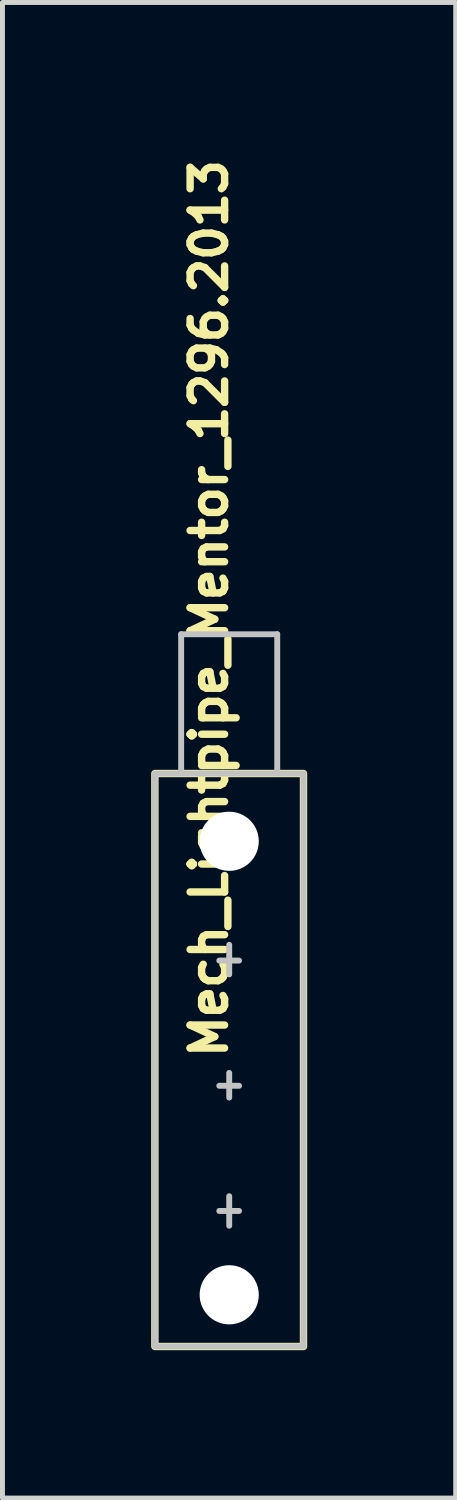
<source format=kicad_pcb>
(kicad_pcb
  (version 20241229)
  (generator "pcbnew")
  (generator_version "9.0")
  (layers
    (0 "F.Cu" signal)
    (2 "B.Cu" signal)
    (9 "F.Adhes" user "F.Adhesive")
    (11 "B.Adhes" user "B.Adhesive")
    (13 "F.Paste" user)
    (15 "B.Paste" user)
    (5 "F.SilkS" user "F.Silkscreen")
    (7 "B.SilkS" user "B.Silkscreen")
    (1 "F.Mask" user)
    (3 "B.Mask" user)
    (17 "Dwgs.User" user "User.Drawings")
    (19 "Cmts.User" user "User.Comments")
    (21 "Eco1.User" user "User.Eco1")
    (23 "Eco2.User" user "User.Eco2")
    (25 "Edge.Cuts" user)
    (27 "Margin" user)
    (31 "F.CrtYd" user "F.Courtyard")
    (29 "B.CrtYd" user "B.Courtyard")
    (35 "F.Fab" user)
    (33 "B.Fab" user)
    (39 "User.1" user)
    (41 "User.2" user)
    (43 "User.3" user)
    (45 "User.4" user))
  (footprint "Mech_Lightpipe_Mentor_1296.2013"
    (layer "F.Cu")
    (at 1.6 18.977)
    (property "Reference" "Mech_Lightpipe_Mentor_1296.2013" (at 0 -0.5 90) (unlocked yes) (layer "F.SilkS") (effects (font (size 0.7 0.7) (thickness 0.15)) (justify left bottom)))
    (attr exclude_from_pos_files)
    (fp_rect (start -1.508 -6.335) (end 1.507 5.289) (stroke (width 0.15) (type solid)) (fill no) (layer "F.SilkS"))
    (fp_line (start -0.975 -9.16) (end -0.975 -6.361) (stroke (width 0.12) (type solid)) (layer "Dwgs.User"))
    (fp_line (start -0.975 -9.16) (end 0.974 -9.16) (stroke (width 0.12) (type solid)) (layer "Dwgs.User"))
    (fp_line (start 0 -2.86) (end 0 -2.26) (stroke (width 0.12) (type solid)) (layer "Dwgs.User"))
    (fp_line (start 0 -0.261) (end 0 0.239) (stroke (width 0.12) (type solid)) (layer "Dwgs.User"))
    (fp_line (start 0 2.24) (end 0 2.839) (stroke (width 0.12) (type solid)) (layer "Dwgs.User"))
    (fp_line (start 0.2 -2.54) (end -0.201 -2.54) (stroke (width 0.12) (type solid)) (layer "Dwgs.User"))
    (fp_line (start 0.2 0) (end -0.201 0) (stroke (width 0.12) (type solid)) (layer "Dwgs.User"))
    (fp_line (start 0.2 2.539) (end -0.201 2.539) (stroke (width 0.12) (type solid)) (layer "Dwgs.User"))
    (fp_line (start 0.974 -9.16) (end 0.974 -6.361) (stroke (width 0.12) (type solid)) (layer "Dwgs.User"))
    (fp_rect (start -1.508 -6.335) (end 1.507 5.289) (stroke (width 0.12) (type solid)) (fill no) (layer "Dwgs.User"))
    (fp_line (start -1.595 -3.765) (end -0.966 -3.765) (stroke (width 0.01) (type solid)) (layer "User.9"))
    (fp_line (start -1.595 5.349) (end -1.595 -3.765) (stroke (width 0.01) (type solid)) (layer "User.9"))
    (fp_line (start -1.595 5.349) (end 1.59 5.349) (stroke (width 0.01) (type solid)) (layer "User.9"))
    (fp_line (start -1.57 -5.851) (end -1.57 -3.781) (stroke (width 0.01) (type solid)) (layer "User.9"))
    (fp_line (start -1.57 -5.851) (end -0.9 -5.851) (stroke (width 0.01) (type solid)) (layer "User.9"))
    (fp_line (start -1.57 -3.781) (end -1.595 -3.765) (stroke (width 0.01) (type solid)) (layer "User.9"))
    (fp_line (start -1.57 -3.781) (end -0.95 -3.781) (stroke (width 0.01) (type solid)) (layer "User.9"))
    (fp_line (start -0.966 -3.765) (end -0.966 4.645) (stroke (width 0.01) (type solid)) (layer "User.9"))
    (fp_line (start -0.966 -3.765) (end -0.95 -3.781) (stroke (width 0.01) (type solid)) (layer "User.9"))
    (fp_line (start -0.966 4.651) (end -0.966 4.645) (stroke (width 0.01) (type solid)) (layer "User.9"))
    (fp_line (start -0.965 4.657) (end -0.966 4.651) (stroke (width 0.01) (type solid)) (layer "User.9"))
    (fp_line (start -0.965 4.663) (end -0.965 4.657) (stroke (width 0.01) (type solid)) (layer "User.9"))
    (fp_line (start -0.964 4.669) (end -0.965 4.663) (stroke (width 0.01) (type solid)) (layer "User.9"))
    (fp_line (start -0.962 4.674) (end -0.964 4.669) (stroke (width 0.01) (type solid)) (layer "User.9"))
    (fp_line (start -0.961 4.68) (end -0.962 4.674) (stroke (width 0.01) (type solid)) (layer "User.9"))
    (fp_line (start -0.959 4.686) (end -0.961 4.68) (stroke (width 0.01) (type solid)) (layer "User.9"))
    (fp_line (start -0.958 4.644) (end -0.958 4.638) (stroke (width 0.01) (type solid)) (layer "User.9"))
    (fp_line (start -0.958 4.646) (end -0.958 4.646) (stroke (width 0.01) (type solid)) (layer "User.9"))
    (fp_line (start -0.958 4.647) (end -0.958 4.646) (stroke (width 0.01) (type solid)) (layer "User.9"))
    (fp_line (start -0.958 4.646) (end -0.958 4.646) (stroke (width 0.01) (type solid)) (layer "User.9"))
    (fp_line (start -0.958 4.646) (end -0.958 4.648) (stroke (width 0.01) (type solid)) (layer "User.9"))
    (fp_line (start -0.958 4.649) (end -0.958 4.647) (stroke (width 0.01) (type solid)) (layer "User.9"))
    (fp_line (start -0.958 4.65) (end -0.958 4.644) (stroke (width 0.01) (type solid)) (layer "User.9"))
    (fp_line (start -0.957 4.651) (end -0.958 4.649) (stroke (width 0.01) (type solid)) (layer "User.9"))
    (fp_line (start -0.957 4.656) (end -0.958 4.65) (stroke (width 0.01) (type solid)) (layer "User.9"))
    (fp_line (start -0.957 4.691) (end -0.959 4.686) (stroke (width 0.01) (type solid)) (layer "User.9"))
    (fp_line (start -0.956 4.659) (end -0.957 4.651) (stroke (width 0.01) (type solid)) (layer "User.9"))
    (fp_line (start -0.956 4.662) (end -0.957 4.656) (stroke (width 0.01) (type solid)) (layer "User.9"))
    (fp_line (start -0.955 4.668) (end -0.956 4.662) (stroke (width 0.01) (type solid)) (layer "User.9"))
    (fp_line (start -0.954 4.696) (end -0.957 4.691) (stroke (width 0.01) (type solid)) (layer "User.9"))
    (fp_line (start -0.954 4.669) (end -0.956 4.659) (stroke (width 0.01) (type solid)) (layer "User.9"))
    (fp_line (start -0.954 4.669) (end -0.954 4.669) (stroke (width 0.01) (type solid)) (layer "User.9"))
    (fp_line (start -0.953 4.673) (end -0.955 4.668) (stroke (width 0.01) (type solid)) (layer "User.9"))
    (fp_line (start -0.951 4.702) (end -0.954 4.696) (stroke (width 0.01) (type solid)) (layer "User.9"))
    (fp_line (start -0.951 4.679) (end -0.953 4.673) (stroke (width 0.01) (type solid)) (layer "User.9"))
    (fp_line (start -0.95 -3.331) (end -0.95 -3.781) (stroke (width 0.01) (type solid)) (layer "User.9"))
    (fp_line (start -0.95 -3.131) (end -0.95 -3.331) (stroke (width 0.01) (type solid)) (layer "User.9"))
    (fp_line (start -0.95 -1.631) (end -0.95 -1.831) (stroke (width 0.01) (type solid)) (layer "User.9"))
    (fp_line (start -0.95 -0.831) (end -0.95 -1.631) (stroke (width 0.01) (type solid)) (layer "User.9"))
    (fp_line (start -0.95 -0.631) (end -0.95 -0.831) (stroke (width 0.01) (type solid)) (layer "User.9"))
    (fp_line (start -0.95 0.909) (end -0.95 0.709) (stroke (width 0.01) (type solid)) (layer "User.9"))
    (fp_line (start -0.95 1.709) (end -0.95 0.909) (stroke (width 0.01) (type solid)) (layer "User.9"))
    (fp_line (start -0.95 1.909) (end -0.95 1.709) (stroke (width 0.01) (type solid)) (layer "User.9"))
    (fp_line (start -0.95 -1.831) (end -0.95 -3.131) (stroke (width 0.01) (type solid)) (layer "User.9"))
    (fp_line (start -0.95 -1.831) (end -0.95 -1.821) (stroke (width 0.01) (type solid)) (layer "User.9"))
    (fp_line (start -0.95 0.709) (end -0.95 -0.631) (stroke (width 0.01) (type solid)) (layer "User.9"))
    (fp_line (start -0.95 0.709) (end -0.95 0.719) (stroke (width 0.01) (type solid)) (layer "User.9"))
    (fp_line (start -0.95 1.909) (end -0.95 4.681) (stroke (width 0.01) (type solid)) (layer "User.9"))
    (fp_line (start -0.95 1.909) (end -0.95 1.9) (stroke (width 0.01) (type solid)) (layer "User.9"))
    (fp_line (start -0.95 -3.14) (end -0.95 -3.131) (stroke (width 0.01) (type solid)) (layer "User.9"))
    (fp_line (start -0.95 -0.64) (end -0.95 -0.631) (stroke (width 0.01) (type solid)) (layer "User.9"))
    (fp_line (start -0.95 -1.821) (end -0.949 -1.812) (stroke (width 0.01) (type solid)) (layer "User.9"))
    (fp_line (start -0.95 0.719) (end -0.949 0.728) (stroke (width 0.01) (type solid)) (layer "User.9"))
    (fp_line (start -0.95 1.9) (end -0.949 1.891) (stroke (width 0.01) (type solid)) (layer "User.9"))
    (fp_line (start -0.949 -3.149) (end -0.95 -3.14) (stroke (width 0.01) (type solid)) (layer "User.9"))
    (fp_line (start -0.949 -0.649) (end -0.95 -0.64) (stroke (width 0.01) (type solid)) (layer "User.9"))
    (fp_line (start -0.949 -1.812) (end -0.948 -1.803) (stroke (width 0.01) (type solid)) (layer "User.9"))
    (fp_line (start -0.949 0.728) (end -0.948 0.737) (stroke (width 0.01) (type solid)) (layer "User.9"))
    (fp_line (start -0.949 1.891) (end -0.948 1.882) (stroke (width 0.01) (type solid)) (layer "User.9"))
    (fp_line (start -0.949 4.684) (end -0.951 4.679) (stroke (width 0.01) (type solid)) (layer "User.9"))
    (fp_line (start -0.949 4.707) (end -0.951 4.702) (stroke (width 0.01) (type solid)) (layer "User.9"))
    (fp_line (start -0.948 -3.158) (end -0.949 -3.149) (stroke (width 0.01) (type solid)) (layer "User.9"))
    (fp_line (start -0.948 -0.658) (end -0.949 -0.649) (stroke (width 0.01) (type solid)) (layer "User.9"))
    (fp_line (start -0.948 -1.803) (end -0.946 -1.794) (stroke (width 0.01) (type solid)) (layer "User.9"))
    (fp_line (start -0.948 0.737) (end -0.946 0.746) (stroke (width 0.01) (type solid)) (layer "User.9"))
    (fp_line (start -0.948 1.882) (end -0.946 1.873) (stroke (width 0.01) (type solid)) (layer "User.9"))
    (fp_line (start -0.947 -3.167) (end -0.948 -3.158) (stroke (width 0.01) (type solid)) (layer "User.9"))
    (fp_line (start -0.947 -0.667) (end -0.948 -0.658) (stroke (width 0.01) (type solid)) (layer "User.9"))
    (fp_line (start -0.946 -1.794) (end -0.945 -1.785) (stroke (width 0.01) (type solid)) (layer "User.9"))
    (fp_line (start -0.946 0.746) (end -0.945 0.755) (stroke (width 0.01) (type solid)) (layer "User.9"))
    (fp_line (start -0.946 1.873) (end -0.945 1.864) (stroke (width 0.01) (type solid)) (layer "User.9"))
    (fp_line (start -0.946 4.69) (end -0.949 4.684) (stroke (width 0.01) (type solid)) (layer "User.9"))
    (fp_line (start -0.946 4.691) (end -0.954 4.669) (stroke (width 0.01) (type solid)) (layer "User.9"))
    (fp_line (start -0.946 4.691) (end -0.946 4.691) (stroke (width 0.01) (type solid)) (layer "User.9"))
    (fp_line (start -0.945 4.712) (end -0.949 4.707) (stroke (width 0.01) (type solid)) (layer "User.9"))
    (fp_line (start -0.945 -3.176) (end -0.947 -3.167) (stroke (width 0.01) (type solid)) (layer "User.9"))
    (fp_line (start -0.945 -0.676) (end -0.947 -0.667) (stroke (width 0.01) (type solid)) (layer "User.9"))
    (fp_line (start -0.945 -1.785) (end -0.942 -1.777) (stroke (width 0.01) (type solid)) (layer "User.9"))
    (fp_line (start -0.945 0.755) (end -0.942 0.763) (stroke (width 0.01) (type solid)) (layer "User.9"))
    (fp_line (start -0.945 1.864) (end -0.942 1.855) (stroke (width 0.01) (type solid)) (layer "User.9"))
    (fp_line (start -0.944 4.694) (end -0.946 4.691) (stroke (width 0.01) (type solid)) (layer "User.9"))
    (fp_line (start -0.944 4.695) (end -0.946 4.69) (stroke (width 0.01) (type solid)) (layer "User.9"))
    (fp_line (start -0.943 4.697) (end -0.944 4.694) (stroke (width 0.01) (type solid)) (layer "User.9"))
    (fp_line (start -0.943 -3.185) (end -0.945 -3.176) (stroke (width 0.01) (type solid)) (layer "User.9"))
    (fp_line (start -0.943 -0.685) (end -0.945 -0.676) (stroke (width 0.01) (type solid)) (layer "User.9"))
    (fp_line (start -0.942 -1.777) (end -0.94 -1.768) (stroke (width 0.01) (type solid)) (layer "User.9"))
    (fp_line (start -0.942 0.763) (end -0.94 0.772) (stroke (width 0.01) (type solid)) (layer "User.9"))
    (fp_line (start -0.942 1.855) (end -0.94 1.847) (stroke (width 0.01) (type solid)) (layer "User.9"))
    (fp_line (start -0.942 4.716) (end -0.945 4.712) (stroke (width 0.01) (type solid)) (layer "User.9"))
    (fp_line (start -0.941 4.7) (end -0.943 4.697) (stroke (width 0.01) (type solid)) (layer "User.9"))
    (fp_line (start -0.941 4.7) (end -0.944 4.695) (stroke (width 0.01) (type solid)) (layer "User.9"))
    (fp_line (start -0.94 -3.193) (end -0.943 -3.185) (stroke (width 0.01) (type solid)) (layer "User.9"))
    (fp_line (start -0.94 -0.693) (end -0.943 -0.685) (stroke (width 0.01) (type solid)) (layer "User.9"))
    (fp_line (start -0.94 -1.768) (end -0.937 -1.76) (stroke (width 0.01) (type solid)) (layer "User.9"))
    (fp_line (start -0.94 0.772) (end -0.937 0.78) (stroke (width 0.01) (type solid)) (layer "User.9"))
    (fp_line (start -0.94 1.847) (end -0.937 1.839) (stroke (width 0.01) (type solid)) (layer "User.9"))
    (fp_line (start -0.939 4.702) (end -0.941 4.7) (stroke (width 0.01) (type solid)) (layer "User.9"))
    (fp_line (start -0.938 4.721) (end -0.942 4.716) (stroke (width 0.01) (type solid)) (layer "User.9"))
    (fp_line (start -0.938 4.705) (end -0.941 4.7) (stroke (width 0.01) (type solid)) (layer "User.9"))
    (fp_line (start -0.938 4.705) (end -0.939 4.702) (stroke (width 0.01) (type solid)) (layer "User.9"))
    (fp_line (start -0.937 -3.201) (end -0.94 -3.193) (stroke (width 0.01) (type solid)) (layer "User.9"))
    (fp_line (start -0.937 -0.701) (end -0.94 -0.693) (stroke (width 0.01) (type solid)) (layer "User.9"))
    (fp_line (start -0.937 -1.76) (end -0.934 -1.752) (stroke (width 0.01) (type solid)) (layer "User.9"))
    (fp_line (start -0.937 0.78) (end -0.934 0.788) (stroke (width 0.01) (type solid)) (layer "User.9"))
    (fp_line (start -0.937 1.839) (end -0.934 1.83) (stroke (width 0.01) (type solid)) (layer "User.9"))
    (fp_line (start -0.936 4.708) (end -0.938 4.705) (stroke (width 0.01) (type solid)) (layer "User.9"))
    (fp_line (start -0.934 4.709) (end -0.938 4.705) (stroke (width 0.01) (type solid)) (layer "User.9"))
    (fp_line (start -0.934 4.725) (end -0.938 4.721) (stroke (width 0.01) (type solid)) (layer "User.9"))
    (fp_line (start -0.934 4.71) (end -0.936 4.708) (stroke (width 0.01) (type solid)) (layer "User.9"))
    (fp_line (start -0.934 -3.21) (end -0.937 -3.201) (stroke (width 0.01) (type solid)) (layer "User.9"))
    (fp_line (start -0.934 -0.71) (end -0.937 -0.701) (stroke (width 0.01) (type solid)) (layer "User.9"))
    (fp_line (start -0.934 -1.752) (end -0.93 -1.744) (stroke (width 0.01) (type solid)) (layer "User.9"))
    (fp_line (start -0.934 0.788) (end -0.93 0.796) (stroke (width 0.01) (type solid)) (layer "User.9"))
    (fp_line (start -0.934 1.83) (end -0.93 1.822) (stroke (width 0.01) (type solid)) (layer "User.9"))
    (fp_line (start -0.932 4.713) (end -0.934 4.71) (stroke (width 0.01) (type solid)) (layer "User.9"))
    (fp_line (start -0.931 4.714) (end -0.934 4.709) (stroke (width 0.01) (type solid)) (layer "User.9"))
    (fp_line (start -0.93 4.73) (end -0.934 4.725) (stroke (width 0.01) (type solid)) (layer "User.9"))
    (fp_line (start -0.93 -3.218) (end -0.934 -3.21) (stroke (width 0.01) (type solid)) (layer "User.9"))
    (fp_line (start -0.93 -0.718) (end -0.934 -0.71) (stroke (width 0.01) (type solid)) (layer "User.9"))
    (fp_line (start -0.93 -1.744) (end -0.926 -1.736) (stroke (width 0.01) (type solid)) (layer "User.9"))
    (fp_line (start -0.93 0.796) (end -0.926 0.804) (stroke (width 0.01) (type solid)) (layer "User.9"))
    (fp_line (start -0.93 1.822) (end -0.926 1.814) (stroke (width 0.01) (type solid)) (layer "User.9"))
    (fp_line (start -0.93 4.715) (end -0.932 4.713) (stroke (width 0.01) (type solid)) (layer "User.9"))
    (fp_line (start -0.928 4.717) (end -0.93 4.715) (stroke (width 0.01) (type solid)) (layer "User.9"))
    (fp_line (start -0.927 4.718) (end -0.931 4.714) (stroke (width 0.01) (type solid)) (layer "User.9"))
    (fp_line (start -0.926 4.734) (end -0.93 4.73) (stroke (width 0.01) (type solid)) (layer "User.9"))
    (fp_line (start -0.926 -3.226) (end -0.93 -3.218) (stroke (width 0.01) (type solid)) (layer "User.9"))
    (fp_line (start -0.926 -0.726) (end -0.93 -0.718) (stroke (width 0.01) (type solid)) (layer "User.9"))
    (fp_line (start -0.926 -1.736) (end -0.921 -1.728) (stroke (width 0.01) (type solid)) (layer "User.9"))
    (fp_line (start -0.926 0.804) (end -0.921 0.812) (stroke (width 0.01) (type solid)) (layer "User.9"))
    (fp_line (start -0.926 1.814) (end -0.921 1.807) (stroke (width 0.01) (type solid)) (layer "User.9"))
    (fp_line (start -0.926 4.72) (end -0.928 4.717) (stroke (width 0.01) (type solid)) (layer "User.9"))
    (fp_line (start -0.923 4.722) (end -0.926 4.72) (stroke (width 0.01) (type solid)) (layer "User.9"))
    (fp_line (start -0.923 4.722) (end -0.927 4.718) (stroke (width 0.01) (type solid)) (layer "User.9"))
    (fp_line (start -0.922 4.738) (end -0.926 4.734) (stroke (width 0.01) (type solid)) (layer "User.9"))
    (fp_line (start -0.922 -3.233) (end -0.926 -3.226) (stroke (width 0.01) (type solid)) (layer "User.9"))
    (fp_line (start -0.922 -0.733) (end -0.926 -0.726) (stroke (width 0.01) (type solid)) (layer "User.9"))
    (fp_line (start -0.921 -1.728) (end -0.917 -1.72) (stroke (width 0.01) (type solid)) (layer "User.9"))
    (fp_line (start -0.921 0.812) (end -0.917 0.82) (stroke (width 0.01) (type solid)) (layer "User.9"))
    (fp_line (start -0.921 1.807) (end -0.917 1.799) (stroke (width 0.01) (type solid)) (layer "User.9"))
    (fp_line (start -0.921 4.724) (end -0.923 4.722) (stroke (width 0.01) (type solid)) (layer "User.9"))
    (fp_line (start -0.919 4.726) (end -0.923 4.722) (stroke (width 0.01) (type solid)) (layer "User.9"))
    (fp_line (start -0.919 4.726) (end -0.921 4.724) (stroke (width 0.01) (type solid)) (layer "User.9"))
    (fp_line (start -0.917 4.741) (end -0.922 4.738) (stroke (width 0.01) (type solid)) (layer "User.9"))
    (fp_line (start -0.917 -3.241) (end -0.922 -3.233) (stroke (width 0.01) (type solid)) (layer "User.9"))
    (fp_line (start -0.917 -0.741) (end -0.922 -0.733) (stroke (width 0.01) (type solid)) (layer "User.9"))
    (fp_line (start -0.917 -1.72) (end -0.911 -1.713) (stroke (width 0.01) (type solid)) (layer "User.9"))
    (fp_line (start -0.917 0.82) (end -0.911 0.827) (stroke (width 0.01) (type solid)) (layer "User.9"))
    (fp_line (start -0.917 1.799) (end -0.911 1.792) (stroke (width 0.01) (type solid)) (layer "User.9"))
    (fp_line (start -0.916 4.729) (end -0.919 4.726) (stroke (width 0.01) (type solid)) (layer "User.9"))
    (fp_line (start -0.915 4.73) (end -0.919 4.726) (stroke (width 0.01) (type solid)) (layer "User.9"))
    (fp_line (start -0.914 4.731) (end -0.916 4.729) (stroke (width 0.01) (type solid)) (layer "User.9"))
    (fp_line (start -0.914 4.731) (end -0.914 4.731) (stroke (width 0.01) (type solid)) (layer "User.9"))
    (fp_line (start -0.912 4.745) (end -0.917 4.741) (stroke (width 0.01) (type solid)) (layer "User.9"))
    (fp_line (start -0.912 -3.248) (end -0.917 -3.241) (stroke (width 0.01) (type solid)) (layer "User.9"))
    (fp_line (start -0.912 -0.748) (end -0.917 -0.741) (stroke (width 0.01) (type solid)) (layer "User.9"))
    (fp_line (start -0.911 -1.713) (end -0.906 -1.706) (stroke (width 0.01) (type solid)) (layer "User.9"))
    (fp_line (start -0.911 0.827) (end -0.906 0.834) (stroke (width 0.01) (type solid)) (layer "User.9"))
    (fp_line (start -0.911 1.792) (end -0.906 1.784) (stroke (width 0.01) (type solid)) (layer "User.9"))
    (fp_line (start -0.91 4.734) (end -0.915 4.73) (stroke (width 0.01) (type solid)) (layer "User.9"))
    (fp_line (start -0.91 4.734) (end -0.914 4.731) (stroke (width 0.01) (type solid)) (layer "User.9"))
    (fp_line (start -0.907 4.748) (end -0.912 4.745) (stroke (width 0.01) (type solid)) (layer "User.9"))
    (fp_line (start -0.906 -3.256) (end -0.912 -3.248) (stroke (width 0.01) (type solid)) (layer "User.9"))
    (fp_line (start -0.906 -0.756) (end -0.912 -0.748) (stroke (width 0.01) (type solid)) (layer "User.9"))
    (fp_line (start -0.906 -1.706) (end -0.9 -1.698) (stroke (width 0.01) (type solid)) (layer "User.9"))
    (fp_line (start -0.906 0.834) (end -0.9 0.842) (stroke (width 0.01) (type solid)) (layer "User.9"))
    (fp_line (start -0.906 1.784) (end -0.9 1.777) (stroke (width 0.01) (type solid)) (layer "User.9"))
    (fp_line (start -0.906 4.737) (end -0.91 4.734) (stroke (width 0.01) (type solid)) (layer "User.9"))
    (fp_line (start -0.905 4.737) (end -0.91 4.734) (stroke (width 0.01) (type solid)) (layer "User.9"))
    (fp_line (start -0.902 4.751) (end -0.907 4.748) (stroke (width 0.01) (type solid)) (layer "User.9"))
    (fp_line (start -0.901 4.74) (end -0.906 4.737) (stroke (width 0.01) (type solid)) (layer "User.9"))
    (fp_line (start -0.901 4.74) (end -0.905 4.737) (stroke (width 0.01) (type solid)) (layer "User.9"))
    (fp_line (start -0.9 -6.305) (end -0.9 -8.705) (stroke (width 0.01) (type solid)) (layer "User.9"))
    (fp_line (start -0.9 -3.263) (end -0.906 -3.256) (stroke (width 0.01) (type solid)) (layer "User.9"))
    (fp_line (start -0.9 -0.763) (end -0.906 -0.756) (stroke (width 0.01) (type solid)) (layer "User.9"))
    (fp_line (start -0.9 -0.425) (end -0.9 -6.305) (stroke (width 0.01) (type solid)) (layer "User.9"))
    (fp_line (start -0.9 -0.425) (end -0.9 0.023) (stroke (width 0.01) (type solid)) (layer "User.9"))
    (fp_line (start -0.9 0.023) (end -0.9 0.023) (stroke (width 0.01) (type solid)) (layer "User.9"))
    (fp_line (start -0.9 0.023) (end -0.9 0.465) (stroke (width 0.01) (type solid)) (layer "User.9"))
    (fp_line (start -0.9 0.465) (end -0.9 0.465) (stroke (width 0.01) (type solid)) (layer "User.9"))
    (fp_line (start -0.9 0.465) (end -0.9 0.896) (stroke (width 0.01) (type solid)) (layer "User.9"))
    (fp_line (start -0.9 0.896) (end -0.9 0.896) (stroke (width 0.01) (type solid)) (layer "User.9"))
    (fp_line (start -0.9 0.896) (end -0.9 1.311) (stroke (width 0.01) (type solid)) (layer "User.9"))
    (fp_line (start -0.9 1.311) (end -0.9 1.311) (stroke (width 0.01) (type solid)) (layer "User.9"))
    (fp_line (start -0.9 1.311) (end -0.9 1.703) (stroke (width 0.01) (type solid)) (layer "User.9"))
    (fp_line (start -0.9 1.703) (end -0.9 1.703) (stroke (width 0.01) (type solid)) (layer "User.9"))
    (fp_line (start -0.9 1.703) (end -0.9 2.069) (stroke (width 0.01) (type solid)) (layer "User.9"))
    (fp_line (start -0.9 2.069) (end -0.9 2.069) (stroke (width 0.01) (type solid)) (layer "User.9"))
    (fp_line (start -0.9 2.069) (end -0.9 2.403) (stroke (width 0.01) (type solid)) (layer "User.9"))
    (fp_line (start -0.9 2.403) (end -0.9 2.403) (stroke (width 0.01) (type solid)) (layer "User.9"))
    (fp_line (start -0.9 2.403) (end -0.9 2.702) (stroke (width 0.01) (type solid)) (layer "User.9"))
    (fp_line (start -0.9 2.702) (end -0.9 2.702) (stroke (width 0.01) (type solid)) (layer "User.9"))
    (fp_line (start -0.9 2.702) (end -0.9 2.962) (stroke (width 0.01) (type solid)) (layer "User.9"))
    (fp_line (start -0.9 2.962) (end -0.9 2.962) (stroke (width 0.01) (type solid)) (layer "User.9"))
    (fp_line (start -0.9 2.962) (end -0.9 3.179) (stroke (width 0.01) (type solid)) (layer "User.9"))
    (fp_line (start -0.9 3.179) (end -0.9 3.179) (stroke (width 0.01) (type solid)) (layer "User.9"))
    (fp_line (start -0.9 3.179) (end -0.9 3.351) (stroke (width 0.01) (type solid)) (layer "User.9"))
    (fp_line (start -0.9 3.351) (end -0.9 3.351) (stroke (width 0.01) (type solid)) (layer "User.9"))
    (fp_line (start -0.9 3.351) (end -0.9 3.475) (stroke (width 0.01) (type solid)) (layer "User.9"))
    (fp_line (start -0.9 3.475) (end -0.9 3.475) (stroke (width 0.01) (type solid)) (layer "User.9"))
    (fp_line (start -0.9 3.475) (end -0.9 3.55) (stroke (width 0.01) (type solid)) (layer "User.9"))
    (fp_line (start -0.9 3.55) (end -0.9 3.55) (stroke (width 0.01) (type solid)) (layer "User.9"))
    (fp_line (start -0.9 3.55) (end -0.9 3.575) (stroke (width 0.01) (type solid)) (layer "User.9"))
    (fp_line (start -0.9 3.695) (end -0.9 3.575) (stroke (width 0.01) (type solid)) (layer "User.9"))
    (fp_line (start -0.9 4.575) (end -0.9 3.695) (stroke (width 0.01) (type solid)) (layer "User.9"))
    (fp_line (start -0.9 4.575) (end -0.9 4.695) (stroke (width 0.01) (type solid)) (layer "User.9"))
    (fp_line (start -0.897 4.753) (end -0.902 4.751) (stroke (width 0.01) (type solid)) (layer "User.9"))
    (fp_line (start -0.897 4.742) (end -0.901 4.74) (stroke (width 0.01) (type solid)) (layer "User.9"))
    (fp_line (start -0.895 4.743) (end -0.901 4.74) (stroke (width 0.01) (type solid)) (layer "User.9"))
    (fp_line (start -0.892 4.745) (end -0.897 4.742) (stroke (width 0.01) (type solid)) (layer "User.9"))
    (fp_line (start -0.892 4.756) (end -0.897 4.753) (stroke (width 0.01) (type solid)) (layer "User.9"))
    (fp_line (start -0.89 4.746) (end -0.895 4.743) (stroke (width 0.01) (type solid)) (layer "User.9"))
    (fp_line (start -0.888 4.747) (end -0.892 4.745) (stroke (width 0.01) (type solid)) (layer "User.9"))
    (fp_line (start -0.886 4.758) (end -0.892 4.756) (stroke (width 0.01) (type solid)) (layer "User.9"))
    (fp_line (start -0.885 4.748) (end -0.89 4.746) (stroke (width 0.01) (type solid)) (layer "User.9"))
    (fp_line (start -0.883 4.749) (end -0.888 4.747) (stroke (width 0.01) (type solid)) (layer "User.9"))
    (fp_line (start -0.881 4.76) (end -0.886 4.758) (stroke (width 0.01) (type solid)) (layer "User.9"))
    (fp_line (start -0.88 4.75) (end -0.885 4.748) (stroke (width 0.01) (type solid)) (layer "User.9"))
    (fp_line (start -0.878 4.751) (end -0.883 4.749) (stroke (width 0.01) (type solid)) (layer "User.9"))
    (fp_line (start -0.876 -8.705) (end -0.9 -8.705) (stroke (width 0.01) (type solid)) (layer "User.9"))
    (fp_line (start -0.876 -8.705) (end -0.876 -8.705) (stroke (width 0.01) (type solid)) (layer "User.9"))
    (fp_line (start -0.875 4.762) (end -0.881 4.76) (stroke (width 0.01) (type solid)) (layer "User.9"))
    (fp_line (start -0.874 4.752) (end -0.88 4.75) (stroke (width 0.01) (type solid)) (layer "User.9"))
    (fp_line (start -0.874 4.752) (end -0.878 4.751) (stroke (width 0.01) (type solid)) (layer "User.9"))
    (fp_line (start -0.869 4.763) (end -0.875 4.762) (stroke (width 0.01) (type solid)) (layer "User.9"))
    (fp_line (start -0.869 4.754) (end -0.874 4.752) (stroke (width 0.01) (type solid)) (layer "User.9"))
    (fp_line (start -0.868 4.754) (end -0.874 4.752) (stroke (width 0.01) (type solid)) (layer "User.9"))
    (fp_line (start -0.864 4.755) (end -0.869 4.754) (stroke (width 0.01) (type solid)) (layer "User.9"))
    (fp_line (start -0.864 4.764) (end -0.869 4.763) (stroke (width 0.01) (type solid)) (layer "User.9"))
    (fp_line (start -0.862 4.755) (end -0.868 4.754) (stroke (width 0.01) (type solid)) (layer "User.9"))
    (fp_line (start -0.859 4.756) (end -0.864 4.755) (stroke (width 0.01) (type solid)) (layer "User.9"))
    (fp_line (start -0.858 4.765) (end -0.864 4.764) (stroke (width 0.01) (type solid)) (layer "User.9"))
    (fp_line (start -0.857 4.756) (end -0.862 4.755) (stroke (width 0.01) (type solid)) (layer "User.9"))
    (fp_line (start -0.854 4.757) (end -0.859 4.756) (stroke (width 0.01) (type solid)) (layer "User.9"))
    (fp_line (start -0.852 4.765) (end -0.858 4.765) (stroke (width 0.01) (type solid)) (layer "User.9"))
    (fp_line (start -0.851 4.757) (end -0.857 4.756) (stroke (width 0.01) (type solid)) (layer "User.9"))
    (fp_line (start -0.849 4.757) (end -0.854 4.757) (stroke (width 0.01) (type solid)) (layer "User.9"))
    (fp_line (start -0.846 4.765) (end -0.852 4.765) (stroke (width 0.01) (type solid)) (layer "User.9"))
    (fp_line (start -0.846 4.765) (end 0.996 4.765) (stroke (width 0.01) (type solid)) (layer "User.9"))
    (fp_line (start -0.844 4.757) (end -0.851 4.757) (stroke (width 0.01) (type solid)) (layer "User.9"))
    (fp_line (start -0.844 4.757) (end -0.849 4.757) (stroke (width 0.01) (type solid)) (layer "User.9"))
    (fp_line (start -0.838 4.758) (end -0.844 4.757) (stroke (width 0.01) (type solid)) (layer "User.9"))
    (fp_line (start -0.838 4.758) (end -0.844 4.757) (stroke (width 0.01) (type solid)) (layer "User.9"))
    (fp_line (start -0.803 -8.705) (end -0.876 -8.705) (stroke (width 0.01) (type solid)) (layer "User.9"))
    (fp_line (start -0.803 -8.705) (end -0.803 -8.705) (stroke (width 0.01) (type solid)) (layer "User.9"))
    (fp_line (start -0.712 -8.705) (end -0.677 -8.751) (stroke (width 0.01) (type solid)) (layer "User.9"))
    (fp_line (start -0.687 -8.705) (end -0.803 -8.705) (stroke (width 0.01) (type solid)) (layer "User.9"))
    (fp_line (start -0.687 -8.705) (end -0.687 -8.705) (stroke (width 0.01) (type solid)) (layer "User.9"))
    (fp_line (start -0.677 -8.751) (end -0.639 -8.794) (stroke (width 0.01) (type solid)) (layer "User.9"))
    (fp_line (start -0.639 -8.794) (end -0.598 -8.835) (stroke (width 0.01) (type solid)) (layer "User.9"))
    (fp_line (start -0.598 -8.835) (end -0.556 -8.874) (stroke (width 0.01) (type solid)) (layer "User.9"))
    (fp_line (start -0.556 -8.874) (end -0.511 -8.909) (stroke (width 0.01) (type solid)) (layer "User.9"))
    (fp_line (start -0.533 -8.705) (end -0.687 -8.705) (stroke (width 0.01) (type solid)) (layer "User.9"))
    (fp_line (start -0.533 -8.705) (end -0.533 -8.705) (stroke (width 0.01) (type solid)) (layer "User.9"))
    (fp_line (start -0.511 -8.909) (end -0.465 -8.942) (stroke (width 0.01) (type solid)) (layer "User.9"))
    (fp_line (start -0.465 -8.942) (end -0.416 -8.972) (stroke (width 0.01) (type solid)) (layer "User.9"))
    (fp_line (start -0.425 4.695) (end -0.425 4.758) (stroke (width 0.01) (type solid)) (layer "User.9"))
    (fp_line (start -0.416 -8.972) (end -0.367 -8.999) (stroke (width 0.01) (type solid)) (layer "User.9"))
    (fp_line (start -0.367 -8.999) (end -0.315 -9.024) (stroke (width 0.01) (type solid)) (layer "User.9"))
    (fp_line (start -0.348 -8.705) (end -0.533 -8.705) (stroke (width 0.01) (type solid)) (layer "User.9"))
    (fp_line (start -0.348 -8.705) (end -0.348 -8.705) (stroke (width 0.01) (type solid)) (layer "User.9"))
    (fp_line (start -0.315 -9.024) (end -0.263 -9.045) (stroke (width 0.01) (type solid)) (layer "User.9"))
    (fp_line (start -0.263 -9.045) (end -0.209 -9.063) (stroke (width 0.01) (type solid)) (layer "User.9"))
    (fp_line (start -0.209 -9.063) (end -0.154 -9.078) (stroke (width 0.01) (type solid)) (layer "User.9"))
    (fp_line (start -0.154 -9.078) (end -0.098 -9.09) (stroke (width 0.01) (type solid)) (layer "User.9"))
    (fp_line (start -0.142 -8.705) (end -0.348 -8.705) (stroke (width 0.01) (type solid)) (layer "User.9"))
    (fp_line (start -0.142 -8.705) (end -0.142 -8.705) (stroke (width 0.01) (type solid)) (layer "User.9"))
    (fp_line (start -0.098 -9.09) (end -0.041 -9.098) (stroke (width 0.01) (type solid)) (layer "User.9"))
    (fp_line (start -0.041 -9.098) (end 0.017 -9.103) (stroke (width 0.01) (type solid)) (layer "User.9"))
    (fp_line (start 0.017 -9.103) (end 0.075 -9.105) (stroke (width 0.01) (type solid)) (layer "User.9"))
    (fp_line (start 0.075 -9.105) (end 0.133 -9.103) (stroke (width 0.01) (type solid)) (layer "User.9"))
    (fp_line (start 0.075 -8.705) (end -0.142 -8.705) (stroke (width 0.01) (type solid)) (layer "User.9"))
    (fp_line (start 0.075 -8.705) (end 0.075 -8.705) (stroke (width 0.01) (type solid)) (layer "User.9"))
    (fp_line (start 0.075 -6.305) (end -0.9 -6.305) (stroke (width 0.01) (type solid)) (layer "User.9"))
    (fp_line (start 0.133 -9.103) (end 0.191 -9.098) (stroke (width 0.01) (type solid)) (layer "User.9"))
    (fp_line (start 0.191 -9.098) (end 0.248 -9.09) (stroke (width 0.01) (type solid)) (layer "User.9"))
    (fp_line (start 0.248 -9.09) (end 0.304 -9.078) (stroke (width 0.01) (type solid)) (layer "User.9"))
    (fp_line (start 0.292 -8.705) (end 0.075 -8.705) (stroke (width 0.01) (type solid)) (layer "User.9"))
    (fp_line (start 0.292 -8.705) (end 0.292 -8.705) (stroke (width 0.01) (type solid)) (layer "User.9"))
    (fp_line (start 0.304 -9.078) (end 0.359 -9.063) (stroke (width 0.01) (type solid)) (layer "User.9"))
    (fp_line (start 0.359 -9.063) (end 0.413 -9.045) (stroke (width 0.01) (type solid)) (layer "User.9"))
    (fp_line (start 0.413 -9.045) (end 0.465 -9.024) (stroke (width 0.01) (type solid)) (layer "User.9"))
    (fp_line (start 0.465 -9.024) (end 0.517 -8.999) (stroke (width 0.01) (type solid)) (layer "User.9"))
    (fp_line (start 0.498 -8.705) (end 0.292 -8.705) (stroke (width 0.01) (type solid)) (layer "User.9"))
    (fp_line (start 0.498 -8.705) (end 0.498 -8.705) (stroke (width 0.01) (type solid)) (layer "User.9"))
    (fp_line (start 0.517 -8.999) (end 0.566 -8.972) (stroke (width 0.01) (type solid)) (layer "User.9"))
    (fp_line (start 0.566 -8.972) (end 0.615 -8.942) (stroke (width 0.01) (type solid)) (layer "User.9"))
    (fp_line (start 0.575 4.695) (end -0.425 4.695) (stroke (width 0.01) (type solid)) (layer "User.9"))
    (fp_line (start 0.575 4.695) (end 0.575 4.758) (stroke (width 0.01) (type solid)) (layer "User.9"))
    (fp_line (start 0.615 -8.942) (end 0.661 -8.909) (stroke (width 0.01) (type solid)) (layer "User.9"))
    (fp_line (start 0.661 -8.909) (end 0.706 -8.874) (stroke (width 0.01) (type solid)) (layer "User.9"))
    (fp_line (start 0.683 -8.705) (end 0.498 -8.705) (stroke (width 0.01) (type solid)) (layer "User.9"))
    (fp_line (start 0.683 -8.705) (end 0.683 -8.705) (stroke (width 0.01) (type solid)) (layer "User.9"))
    (fp_line (start 0.706 -8.874) (end 0.748 -8.835) (stroke (width 0.01) (type solid)) (layer "User.9"))
    (fp_line (start 0.748 -8.835) (end 0.789 -8.794) (stroke (width 0.01) (type solid)) (layer "User.9"))
    (fp_line (start 0.789 -8.794) (end 0.827 -8.751) (stroke (width 0.01) (type solid)) (layer "User.9"))
    (fp_line (start 0.827 -8.751) (end 0.862 -8.705) (stroke (width 0.01) (type solid)) (layer "User.9"))
    (fp_line (start 0.837 -8.705) (end 0.683 -8.705) (stroke (width 0.01) (type solid)) (layer "User.9"))
    (fp_line (start 0.837 -8.705) (end 0.837 -8.705) (stroke (width 0.01) (type solid)) (layer "User.9"))
    (fp_line (start 0.953 -8.705) (end 0.837 -8.705) (stroke (width 0.01) (type solid)) (layer "User.9"))
    (fp_line (start 0.953 -8.705) (end 0.953 -8.705) (stroke (width 0.01) (type solid)) (layer "User.9"))
    (fp_line (start 0.988 4.758) (end 0.994 4.757) (stroke (width 0.01) (type solid)) (layer "User.9"))
    (fp_line (start 0.994 4.757) (end 0.999 4.757) (stroke (width 0.01) (type solid)) (layer "User.9"))
    (fp_line (start 0.994 4.757) (end 0.988 4.758) (stroke (width 0.01) (type solid)) (layer "User.9"))
    (fp_line (start 0.999 4.757) (end 1.004 4.757) (stroke (width 0.01) (type solid)) (layer "User.9"))
    (fp_line (start 1.001 4.757) (end 0.994 4.757) (stroke (width 0.01) (type solid)) (layer "User.9"))
    (fp_line (start 1.002 4.765) (end 0.996 4.765) (stroke (width 0.01) (type solid)) (layer "User.9"))
    (fp_line (start 1.004 4.757) (end 1.009 4.756) (stroke (width 0.01) (type solid)) (layer "User.9"))
    (fp_line (start 1.007 4.756) (end 1.001 4.757) (stroke (width 0.01) (type solid)) (layer "User.9"))
    (fp_line (start 1.008 4.765) (end 1.002 4.765) (stroke (width 0.01) (type solid)) (layer "User.9"))
    (fp_line (start 1.009 4.756) (end 1.014 4.755) (stroke (width 0.01) (type solid)) (layer "User.9"))
    (fp_line (start 1.012 4.755) (end 1.007 4.756) (stroke (width 0.01) (type solid)) (layer "User.9"))
    (fp_line (start 1.014 4.764) (end 1.008 4.765) (stroke (width 0.01) (type solid)) (layer "User.9"))
    (fp_line (start 1.014 4.755) (end 1.019 4.754) (stroke (width 0.01) (type solid)) (layer "User.9"))
    (fp_line (start 1.018 4.754) (end 1.012 4.755) (stroke (width 0.01) (type solid)) (layer "User.9"))
    (fp_line (start 1.019 4.754) (end 1.024 4.752) (stroke (width 0.01) (type solid)) (layer "User.9"))
    (fp_line (start 1.019 4.763) (end 1.014 4.764) (stroke (width 0.01) (type solid)) (layer "User.9"))
    (fp_line (start 1.024 4.752) (end 1.028 4.751) (stroke (width 0.01) (type solid)) (layer "User.9"))
    (fp_line (start 1.024 4.752) (end 1.018 4.754) (stroke (width 0.01) (type solid)) (layer "User.9"))
    (fp_line (start 1.025 4.762) (end 1.019 4.763) (stroke (width 0.01) (type solid)) (layer "User.9"))
    (fp_line (start 1.026 -8.705) (end 0.953 -8.705) (stroke (width 0.01) (type solid)) (layer "User.9"))
    (fp_line (start 1.026 -8.705) (end 1.026 -8.705) (stroke (width 0.01) (type solid)) (layer "User.9"))
    (fp_line (start 1.028 4.751) (end 1.033 4.749) (stroke (width 0.01) (type solid)) (layer "User.9"))
    (fp_line (start 1.03 4.75) (end 1.024 4.752) (stroke (width 0.01) (type solid)) (layer "User.9"))
    (fp_line (start 1.031 4.76) (end 1.025 4.762) (stroke (width 0.01) (type solid)) (layer "User.9"))
    (fp_line (start 1.033 4.749) (end 1.038 4.747) (stroke (width 0.01) (type solid)) (layer "User.9"))
    (fp_line (start 1.035 4.748) (end 1.03 4.75) (stroke (width 0.01) (type solid)) (layer "User.9"))
    (fp_line (start 1.036 4.758) (end 1.031 4.76) (stroke (width 0.01) (type solid)) (layer "User.9"))
    (fp_line (start 1.038 4.747) (end 1.042 4.745) (stroke (width 0.01) (type solid)) (layer "User.9"))
    (fp_line (start 1.04 4.746) (end 1.035 4.748) (stroke (width 0.01) (type solid)) (layer "User.9"))
    (fp_line (start 1.042 4.756) (end 1.036 4.758) (stroke (width 0.01) (type solid)) (layer "User.9"))
    (fp_line (start 1.042 4.745) (end 1.047 4.742) (stroke (width 0.01) (type solid)) (layer "User.9"))
    (fp_line (start 1.045 4.743) (end 1.04 4.746) (stroke (width 0.01) (type solid)) (layer "User.9"))
    (fp_line (start 1.047 4.742) (end 1.051 4.74) (stroke (width 0.01) (type solid)) (layer "User.9"))
    (fp_line (start 1.047 4.753) (end 1.042 4.756) (stroke (width 0.01) (type solid)) (layer "User.9"))
    (fp_line (start 1.05 -8.705) (end 1.026 -8.705) (stroke (width 0.01) (type solid)) (layer "User.9"))
    (fp_line (start 1.05 -6.305) (end 0.075 -6.305) (stroke (width 0.01) (type solid)) (layer "User.9"))
    (fp_line (start 1.05 -6.305) (end 1.05 -8.705) (stroke (width 0.01) (type solid)) (layer "User.9"))
    (fp_line (start 1.05 -5.851) (end 1.59 -5.851) (stroke (width 0.01) (type solid)) (layer "User.9"))
    (fp_line (start 1.05 -3.263) (end 1.056 -3.256) (stroke (width 0.01) (type solid)) (layer "User.9"))
    (fp_line (start 1.05 -0.763) (end 1.056 -0.756) (stroke (width 0.01) (type solid)) (layer "User.9"))
    (fp_line (start 1.05 -0.425) (end 1.05 -6.305) (stroke (width 0.01) (type solid)) (layer "User.9"))
    (fp_line (start 1.05 -0.425) (end 1.05 0.023) (stroke (width 0.01) (type solid)) (layer "User.9"))
    (fp_line (start 1.05 0.023) (end 1.05 0.023) (stroke (width 0.01) (type solid)) (layer "User.9"))
    (fp_line (start 1.05 0.023) (end 1.05 0.465) (stroke (width 0.01) (type solid)) (layer "User.9"))
    (fp_line (start 1.05 0.465) (end 1.05 0.465) (stroke (width 0.01) (type solid)) (layer "User.9"))
    (fp_line (start 1.05 0.465) (end 1.05 0.896) (stroke (width 0.01) (type solid)) (layer "User.9"))
    (fp_line (start 1.05 0.896) (end 1.05 0.896) (stroke (width 0.01) (type solid)) (layer "User.9"))
    (fp_line (start 1.05 0.896) (end 1.05 1.311) (stroke (width 0.01) (type solid)) (layer "User.9"))
    (fp_line (start 1.05 1.311) (end 1.05 1.311) (stroke (width 0.01) (type solid)) (layer "User.9"))
    (fp_line (start 1.05 1.311) (end 1.05 1.703) (stroke (width 0.01) (type solid)) (layer "User.9"))
    (fp_line (start 1.05 1.703) (end 1.05 1.703) (stroke (width 0.01) (type solid)) (layer "User.9"))
    (fp_line (start 1.05 1.703) (end 1.05 2.069) (stroke (width 0.01) (type solid)) (layer "User.9"))
    (fp_line (start 1.05 1.777) (end 1.056 1.784) (stroke (width 0.01) (type solid)) (layer "User.9"))
    (fp_line (start 1.05 2.069) (end 1.05 2.069) (stroke (width 0.01) (type solid)) (layer "User.9"))
    (fp_line (start 1.05 2.069) (end 1.05 2.403) (stroke (width 0.01) (type solid)) (layer "User.9"))
    (fp_line (start 1.05 2.403) (end 1.05 2.403) (stroke (width 0.01) (type solid)) (layer "User.9"))
    (fp_line (start 1.05 2.403) (end 1.05 2.702) (stroke (width 0.01) (type solid)) (layer "User.9"))
    (fp_line (start 1.05 2.702) (end 1.05 2.702) (stroke (width 0.01) (type solid)) (layer "User.9"))
    (fp_line (start 1.05 2.702) (end 1.05 2.962) (stroke (width 0.01) (type solid)) (layer "User.9"))
    (fp_line (start 1.05 2.962) (end 1.05 2.962) (stroke (width 0.01) (type solid)) (layer "User.9"))
    (fp_line (start 1.05 2.962) (end 1.05 3.179) (stroke (width 0.01) (type solid)) (layer "User.9"))
    (fp_line (start 1.05 3.179) (end 1.05 3.179) (stroke (width 0.01) (type solid)) (layer "User.9"))
    (fp_line (start 1.05 3.179) (end 1.05 3.351) (stroke (width 0.01) (type solid)) (layer "User.9"))
    (fp_line (start 1.05 3.351) (end 1.05 3.351) (stroke (width 0.01) (type solid)) (layer "User.9"))
    (fp_line (start 1.05 3.351) (end 1.05 3.475) (stroke (width 0.01) (type solid)) (layer "User.9"))
    (fp_line (start 1.05 3.475) (end 1.05 3.475) (stroke (width 0.01) (type solid)) (layer "User.9"))
    (fp_line (start 1.05 3.475) (end 1.05 3.55) (stroke (width 0.01) (type solid)) (layer "User.9"))
    (fp_line (start 1.05 3.55) (end 1.05 3.55) (stroke (width 0.01) (type solid)) (layer "User.9"))
    (fp_line (start 1.05 3.55) (end 1.05 3.575) (stroke (width 0.01) (type solid)) (layer "User.9"))
    (fp_line (start 1.05 3.575) (end -0.9 3.575) (stroke (width 0.01) (type solid)) (layer "User.9"))
    (fp_line (start 1.05 3.695) (end 1.05 3.575) (stroke (width 0.01) (type solid)) (layer "User.9"))
    (fp_line (start 1.05 4.575) (end 1.05 3.695) (stroke (width 0.01) (type solid)) (layer "User.9"))
    (fp_line (start 1.05 4.575) (end 1.05 4.695) (stroke (width 0.01) (type solid)) (layer "User.9"))
    (fp_line (start 1.05 4.695) (end -0.9 4.695) (stroke (width 0.01) (type solid)) (layer "User.9"))
    (fp_line (start 1.051 4.74) (end 1.045 4.743) (stroke (width 0.01) (type solid)) (layer "User.9"))
    (fp_line (start 1.051 4.74) (end 1.056 4.737) (stroke (width 0.01) (type solid)) (layer "User.9"))
    (fp_line (start 1.052 4.751) (end 1.047 4.753) (stroke (width 0.01) (type solid)) (layer "User.9"))
    (fp_line (start 1.055 4.737) (end 1.051 4.74) (stroke (width 0.01) (type solid)) (layer "User.9"))
    (fp_line (start 1.056 4.737) (end 1.06 4.734) (stroke (width 0.01) (type solid)) (layer "User.9"))
    (fp_line (start 1.056 -0.756) (end 1.061 -0.749) (stroke (width 0.01) (type solid)) (layer "User.9"))
    (fp_line (start 1.056 -1.706) (end 1.05 -1.698) (stroke (width 0.01) (type solid)) (layer "User.9"))
    (fp_line (start 1.056 0.834) (end 1.05 0.842) (stroke (width 0.01) (type solid)) (layer "User.9"))
    (fp_line (start 1.056 1.784) (end 1.061 1.792) (stroke (width 0.01) (type solid)) (layer "User.9"))
    (fp_line (start 1.056 -3.256) (end 1.062 -3.248) (stroke (width 0.01) (type solid)) (layer "User.9"))
    (fp_line (start 1.057 4.748) (end 1.052 4.751) (stroke (width 0.01) (type solid)) (layer "User.9"))
    (fp_line (start 1.06 4.734) (end 1.064 4.731) (stroke (width 0.01) (type solid)) (layer "User.9"))
    (fp_line (start 1.06 4.734) (end 1.055 4.737) (stroke (width 0.01) (type solid)) (layer "User.9"))
    (fp_line (start 1.061 -0.749) (end 1.067 -0.741) (stroke (width 0.01) (type solid)) (layer "User.9"))
    (fp_line (start 1.061 -1.713) (end 1.056 -1.706) (stroke (width 0.01) (type solid)) (layer "User.9"))
    (fp_line (start 1.061 0.827) (end 1.056 0.834) (stroke (width 0.01) (type solid)) (layer "User.9"))
    (fp_line (start 1.061 1.792) (end 1.067 1.799) (stroke (width 0.01) (type solid)) (layer "User.9"))
    (fp_line (start 1.062 -3.248) (end 1.067 -3.241) (stroke (width 0.01) (type solid)) (layer "User.9"))
    (fp_line (start 1.062 4.745) (end 1.057 4.748) (stroke (width 0.01) (type solid)) (layer "User.9"))
    (fp_line (start 1.064 4.731) (end 1.064 4.731) (stroke (width 0.01) (type solid)) (layer "User.9"))
    (fp_line (start 1.064 4.731) (end 1.066 4.729) (stroke (width 0.01) (type solid)) (layer "User.9"))
    (fp_line (start 1.065 4.73) (end 1.06 4.734) (stroke (width 0.01) (type solid)) (layer "User.9"))
    (fp_line (start 1.066 4.729) (end 1.069 4.726) (stroke (width 0.01) (type solid)) (layer "User.9"))
    (fp_line (start 1.067 -0.741) (end 1.071 -0.734) (stroke (width 0.01) (type solid)) (layer "User.9"))
    (fp_line (start 1.067 -1.72) (end 1.061 -1.713) (stroke (width 0.01) (type solid)) (layer "User.9"))
    (fp_line (start 1.067 0.82) (end 1.061 0.827) (stroke (width 0.01) (type solid)) (layer "User.9"))
    (fp_line (start 1.067 1.799) (end 1.071 1.807) (stroke (width 0.01) (type solid)) (layer "User.9"))
    (fp_line (start 1.067 -3.241) (end 1.072 -3.233) (stroke (width 0.01) (type solid)) (layer "User.9"))
    (fp_line (start 1.067 4.741) (end 1.062 4.745) (stroke (width 0.01) (type solid)) (layer "User.9"))
    (fp_line (start 1.069 4.726) (end 1.071 4.724) (stroke (width 0.01) (type solid)) (layer "User.9"))
    (fp_line (start 1.069 4.726) (end 1.065 4.73) (stroke (width 0.01) (type solid)) (layer "User.9"))
    (fp_line (start 1.071 4.724) (end 1.073 4.722) (stroke (width 0.01) (type solid)) (layer "User.9"))
    (fp_line (start 1.071 -0.734) (end 1.076 -0.726) (stroke (width 0.01) (type solid)) (layer "User.9"))
    (fp_line (start 1.071 -1.728) (end 1.067 -1.72) (stroke (width 0.01) (type solid)) (layer "User.9"))
    (fp_line (start 1.071 0.812) (end 1.067 0.82) (stroke (width 0.01) (type solid)) (layer "User.9"))
    (fp_line (start 1.071 1.807) (end 1.076 1.814) (stroke (width 0.01) (type solid)) (layer "User.9"))
    (fp_line (start 1.072 -3.233) (end 1.076 -3.226) (stroke (width 0.01) (type solid)) (layer "User.9"))
    (fp_line (start 1.072 4.738) (end 1.067 4.741) (stroke (width 0.01) (type solid)) (layer "User.9"))
    (fp_line (start 1.073 4.722) (end 1.069 4.726) (stroke (width 0.01) (type solid)) (layer "User.9"))
    (fp_line (start 1.073 4.722) (end 1.076 4.72) (stroke (width 0.01) (type solid)) (layer "User.9"))
    (fp_line (start 1.076 4.72) (end 1.078 4.717) (stroke (width 0.01) (type solid)) (layer "User.9"))
    (fp_line (start 1.076 -0.726) (end 1.08 -0.718) (stroke (width 0.01) (type solid)) (layer "User.9"))
    (fp_line (start 1.076 -1.736) (end 1.071 -1.728) (stroke (width 0.01) (type solid)) (layer "User.9"))
    (fp_line (start 1.076 0.804) (end 1.071 0.812) (stroke (width 0.01) (type solid)) (layer "User.9"))
    (fp_line (start 1.076 1.814) (end 1.08 1.822) (stroke (width 0.01) (type solid)) (layer "User.9"))
    (fp_line (start 1.076 -3.226) (end 1.08 -3.218) (stroke (width 0.01) (type solid)) (layer "User.9"))
    (fp_line (start 1.076 4.734) (end 1.072 4.738) (stroke (width 0.01) (type solid)) (layer "User.9"))
    (fp_line (start 1.077 4.718) (end 1.073 4.722) (stroke (width 0.01) (type solid)) (layer "User.9"))
    (fp_line (start 1.078 4.717) (end 1.08 4.715) (stroke (width 0.01) (type solid)) (layer "User.9"))
    (fp_line (start 1.08 4.715) (end 1.082 4.713) (stroke (width 0.01) (type solid)) (layer "User.9"))
    (fp_line (start 1.08 -0.718) (end 1.084 -0.71) (stroke (width 0.01) (type solid)) (layer "User.9"))
    (fp_line (start 1.08 -1.744) (end 1.076 -1.736) (stroke (width 0.01) (type solid)) (layer "User.9"))
    (fp_line (start 1.08 0.796) (end 1.076 0.804) (stroke (width 0.01) (type solid)) (layer "User.9"))
    (fp_line (start 1.08 1.822) (end 1.084 1.83) (stroke (width 0.01) (type solid)) (layer "User.9"))
    (fp_line (start 1.08 -3.218) (end 1.084 -3.21) (stroke (width 0.01) (type solid)) (layer "User.9"))
    (fp_line (start 1.08 4.73) (end 1.076 4.734) (stroke (width 0.01) (type solid)) (layer "User.9"))
    (fp_line (start 1.081 4.714) (end 1.077 4.718) (stroke (width 0.01) (type solid)) (layer "User.9"))
    (fp_line (start 1.082 4.713) (end 1.084 4.71) (stroke (width 0.01) (type solid)) (layer "User.9"))
    (fp_line (start 1.084 -1.752) (end 1.08 -1.744) (stroke (width 0.01) (type solid)) (layer "User.9"))
    (fp_line (start 1.084 0.788) (end 1.08 0.796) (stroke (width 0.01) (type solid)) (layer "User.9"))
    (fp_line (start 1.084 1.83) (end 1.087 1.839) (stroke (width 0.01) (type solid)) (layer "User.9"))
    (fp_line (start 1.084 -0.71) (end 1.087 -0.701) (stroke (width 0.01) (type solid)) (layer "User.9"))
    (fp_line (start 1.084 -3.21) (end 1.087 -3.201) (stroke (width 0.01) (type solid)) (layer "User.9"))
    (fp_line (start 1.084 4.71) (end 1.086 4.708) (stroke (width 0.01) (type solid)) (layer "User.9"))
    (fp_line (start 1.084 4.725) (end 1.08 4.73) (stroke (width 0.01) (type solid)) (layer "User.9"))
    (fp_line (start 1.084 4.709) (end 1.081 4.714) (stroke (width 0.01) (type solid)) (layer "User.9"))
    (fp_line (start 1.086 4.708) (end 1.088 4.705) (stroke (width 0.01) (type solid)) (layer "User.9"))
    (fp_line (start 1.087 -1.76) (end 1.084 -1.752) (stroke (width 0.01) (type solid)) (layer "User.9"))
    (fp_line (start 1.087 0.78) (end 1.084 0.788) (stroke (width 0.01) (type solid)) (layer "User.9"))
    (fp_line (start 1.087 1.839) (end 1.09 1.847) (stroke (width 0.01) (type solid)) (layer "User.9"))
    (fp_line (start 1.087 -3.201) (end 1.09 -3.193) (stroke (width 0.01) (type solid)) (layer "User.9"))
    (fp_line (start 1.087 -0.701) (end 1.09 -0.693) (stroke (width 0.01) (type solid)) (layer "User.9"))
    (fp_line (start 1.088 4.705) (end 1.089 4.702) (stroke (width 0.01) (type solid)) (layer "User.9"))
    (fp_line (start 1.088 4.705) (end 1.084 4.709) (stroke (width 0.01) (type solid)) (layer "User.9"))
    (fp_line (start 1.088 4.721) (end 1.084 4.725) (stroke (width 0.01) (type solid)) (layer "User.9"))
    (fp_line (start 1.089 4.702) (end 1.091 4.7) (stroke (width 0.01) (type solid)) (layer "User.9"))
    (fp_line (start 1.09 -1.768) (end 1.087 -1.76) (stroke (width 0.01) (type solid)) (layer "User.9"))
    (fp_line (start 1.09 0.772) (end 1.087 0.78) (stroke (width 0.01) (type solid)) (layer "User.9"))
    (fp_line (start 1.09 1.847) (end 1.092 1.855) (stroke (width 0.01) (type solid)) (layer "User.9"))
    (fp_line (start 1.09 -3.193) (end 1.093 -3.185) (stroke (width 0.01) (type solid)) (layer "User.9"))
    (fp_line (start 1.09 -0.693) (end 1.093 -0.684) (stroke (width 0.01) (type solid)) (layer "User.9"))
    (fp_line (start 1.091 4.7) (end 1.088 4.705) (stroke (width 0.01) (type solid)) (layer "User.9"))
    (fp_line (start 1.091 4.7) (end 1.093 4.697) (stroke (width 0.01) (type solid)) (layer "User.9"))
    (fp_line (start 1.092 4.716) (end 1.088 4.721) (stroke (width 0.01) (type solid)) (layer "User.9"))
    (fp_line (start 1.092 -1.777) (end 1.09 -1.768) (stroke (width 0.01) (type solid)) (layer "User.9"))
    (fp_line (start 1.092 0.763) (end 1.09 0.772) (stroke (width 0.01) (type solid)) (layer "User.9"))
    (fp_line (start 1.092 1.855) (end 1.095 1.864) (stroke (width 0.01) (type solid)) (layer "User.9"))
    (fp_line (start 1.093 -3.185) (end 1.095 -3.176) (stroke (width 0.01) (type solid)) (layer "User.9"))
    (fp_line (start 1.093 4.697) (end 1.094 4.694) (stroke (width 0.01) (type solid)) (layer "User.9"))
    (fp_line (start 1.093 -0.684) (end 1.095 -0.676) (stroke (width 0.01) (type solid)) (layer "User.9"))
    (fp_line (start 1.094 4.695) (end 1.091 4.7) (stroke (width 0.01) (type solid)) (layer "User.9"))
    (fp_line (start 1.094 4.694) (end 1.096 4.691) (stroke (width 0.01) (type solid)) (layer "User.9"))
    (fp_line (start 1.095 -1.785) (end 1.092 -1.777) (stroke (width 0.01) (type solid)) (layer "User.9"))
    (fp_line (start 1.095 0.755) (end 1.092 0.763) (stroke (width 0.01) (type solid)) (layer "User.9"))
    (fp_line (start 1.095 1.864) (end 1.096 1.873) (stroke (width 0.01) (type solid)) (layer "User.9"))
    (fp_line (start 1.095 -3.176) (end 1.097 -3.167) (stroke (width 0.01) (type solid)) (layer "User.9"))
    (fp_line (start 1.095 -0.676) (end 1.097 -0.667) (stroke (width 0.01) (type solid)) (layer "User.9"))
    (fp_line (start 1.095 4.712) (end 1.092 4.716) (stroke (width 0.01) (type solid)) (layer "User.9"))
    (fp_line (start 1.096 4.691) (end 1.096 4.691) (stroke (width 0.01) (type solid)) (layer "User.9"))
    (fp_line (start 1.096 4.691) (end 1.104 4.669) (stroke (width 0.01) (type solid)) (layer "User.9"))
    (fp_line (start 1.096 4.69) (end 1.094 4.695) (stroke (width 0.01) (type solid)) (layer "User.9"))
    (fp_line (start 1.096 -1.794) (end 1.095 -1.785) (stroke (width 0.01) (type solid)) (layer "User.9"))
    (fp_line (start 1.096 0.746) (end 1.095 0.755) (stroke (width 0.01) (type solid)) (layer "User.9"))
    (fp_line (start 1.096 1.873) (end 1.098 1.882) (stroke (width 0.01) (type solid)) (layer "User.9"))
    (fp_line (start 1.097 -3.167) (end 1.098 -3.158) (stroke (width 0.01) (type solid)) (layer "User.9"))
    (fp_line (start 1.097 -0.667) (end 1.098 -0.658) (stroke (width 0.01) (type solid)) (layer "User.9"))
    (fp_line (start 1.098 -1.803) (end 1.096 -1.794) (stroke (width 0.01) (type solid)) (layer "User.9"))
    (fp_line (start 1.098 0.737) (end 1.096 0.746) (stroke (width 0.01) (type solid)) (layer "User.9"))
    (fp_line (start 1.098 1.882) (end 1.099 1.891) (stroke (width 0.01) (type solid)) (layer "User.9"))
    (fp_line (start 1.098 -3.158) (end 1.099 -3.149) (stroke (width 0.01) (type solid)) (layer "User.9"))
    (fp_line (start 1.098 -0.658) (end 1.099 -0.649) (stroke (width 0.01) (type solid)) (layer "User.9"))
    (fp_line (start 1.099 4.707) (end 1.095 4.712) (stroke (width 0.01) (type solid)) (layer "User.9"))
    (fp_line (start 1.099 4.684) (end 1.096 4.69) (stroke (width 0.01) (type solid)) (layer "User.9"))
    (fp_line (start 1.099 -1.812) (end 1.098 -1.803) (stroke (width 0.01) (type solid)) (layer "User.9"))
    (fp_line (start 1.099 0.728) (end 1.098 0.737) (stroke (width 0.01) (type solid)) (layer "User.9"))
    (fp_line (start 1.099 1.891) (end 1.1 1.9) (stroke (width 0.01) (type solid)) (layer "User.9"))
    (fp_line (start 1.099 -3.149) (end 1.1 -3.14) (stroke (width 0.01) (type solid)) (layer "User.9"))
    (fp_line (start 1.099 -0.649) (end 1.1 -0.64) (stroke (width 0.01) (type solid)) (layer "User.9"))
    (fp_line (start 1.1 -1.821) (end 1.099 -1.812) (stroke (width 0.01) (type solid)) (layer "User.9"))
    (fp_line (start 1.1 0.719) (end 1.099 0.728) (stroke (width 0.01) (type solid)) (layer "User.9"))
    (fp_line (start 1.1 1.9) (end 1.1 1.909) (stroke (width 0.01) (type solid)) (layer "User.9"))
    (fp_line (start 1.1 -3.14) (end 1.1 -3.131) (stroke (width 0.01) (type solid)) (layer "User.9"))
    (fp_line (start 1.1 -0.64) (end 1.1 -0.631) (stroke (width 0.01) (type solid)) (layer "User.9"))
    (fp_line (start 1.1 -3.331) (end 1.1 -3.781) (stroke (width 0.01) (type solid)) (layer "User.9"))
    (fp_line (start 1.1 -3.331) (end 1.1 -3.131) (stroke (width 0.01) (type solid)) (layer "User.9"))
    (fp_line (start 1.1 -3.131) (end 1.1 -1.831) (stroke (width 0.01) (type solid)) (layer "User.9"))
    (fp_line (start 1.1 -1.831) (end 1.1 -1.821) (stroke (width 0.01) (type solid)) (layer "User.9"))
    (fp_line (start 1.1 -1.831) (end 1.1 -1.631) (stroke (width 0.01) (type solid)) (layer "User.9"))
    (fp_line (start 1.1 -0.831) (end 1.1 -1.631) (stroke (width 0.01) (type solid)) (layer "User.9"))
    (fp_line (start 1.1 -0.831) (end 1.1 -0.631) (stroke (width 0.01) (type solid)) (layer "User.9"))
    (fp_line (start 1.1 -0.631) (end 1.1 0.709) (stroke (width 0.01) (type solid)) (layer "User.9"))
    (fp_line (start 1.1 0.709) (end 1.1 0.719) (stroke (width 0.01) (type solid)) (layer "User.9"))
    (fp_line (start 1.1 0.709) (end 1.1 0.909) (stroke (width 0.01) (type solid)) (layer "User.9"))
    (fp_line (start 1.1 1.709) (end 1.1 0.909) (stroke (width 0.01) (type solid)) (layer "User.9"))
    (fp_line (start 1.1 1.709) (end 1.1 1.909) (stroke (width 0.01) (type solid)) (layer "User.9"))
    (fp_line (start 1.1 4.681) (end 1.1 1.909) (stroke (width 0.01) (type solid)) (layer "User.9"))
    (fp_line (start 1.101 4.679) (end 1.099 4.684) (stroke (width 0.01) (type solid)) (layer "User.9"))
    (fp_line (start 1.101 4.702) (end 1.099 4.707) (stroke (width 0.01) (type solid)) (layer "User.9"))
    (fp_line (start 1.103 4.673) (end 1.101 4.679) (stroke (width 0.01) (type solid)) (layer "User.9"))
    (fp_line (start 1.104 4.669) (end 1.104 4.669) (stroke (width 0.01) (type solid)) (layer "User.9"))
    (fp_line (start 1.104 4.669) (end 1.106 4.659) (stroke (width 0.01) (type solid)) (layer "User.9"))
    (fp_line (start 1.104 4.696) (end 1.101 4.702) (stroke (width 0.01) (type solid)) (layer "User.9"))
    (fp_line (start 1.105 4.668) (end 1.103 4.673) (stroke (width 0.01) (type solid)) (layer "User.9"))
    (fp_line (start 1.106 4.662) (end 1.105 4.668) (stroke (width 0.01) (type solid)) (layer "User.9"))
    (fp_line (start 1.106 4.659) (end 1.107 4.651) (stroke (width 0.01) (type solid)) (layer "User.9"))
    (fp_line (start 1.107 4.691) (end 1.104 4.696) (stroke (width 0.01) (type solid)) (layer "User.9"))
    (fp_line (start 1.107 4.656) (end 1.106 4.662) (stroke (width 0.01) (type solid)) (layer "User.9"))
    (fp_line (start 1.107 4.651) (end 1.108 4.649) (stroke (width 0.01) (type solid)) (layer "User.9"))
    (fp_line (start 1.108 4.65) (end 1.107 4.656) (stroke (width 0.01) (type solid)) (layer "User.9"))
    (fp_line (start 1.108 4.649) (end 1.108 4.647) (stroke (width 0.01) (type solid)) (layer "User.9"))
    (fp_line (start 1.108 4.646) (end 1.108 4.648) (stroke (width 0.01) (type solid)) (layer "User.9"))
    (fp_line (start 1.108 4.646) (end 1.108 4.646) (stroke (width 0.01) (type solid)) (layer "User.9"))
    (fp_line (start 1.108 4.647) (end 1.108 4.646) (stroke (width 0.01) (type solid)) (layer "User.9"))
    (fp_line (start 1.108 4.646) (end 1.108 4.646) (stroke (width 0.01) (type solid)) (layer "User.9"))
    (fp_line (start 1.108 4.644) (end 1.108 4.65) (stroke (width 0.01) (type solid)) (layer "User.9"))
    (fp_line (start 1.108 4.638) (end 1.108 4.644) (stroke (width 0.01) (type solid)) (layer "User.9"))
    (fp_line (start 1.109 4.686) (end 1.107 4.691) (stroke (width 0.01) (type solid)) (layer "User.9"))
    (fp_line (start 1.111 4.68) (end 1.109 4.686) (stroke (width 0.01) (type solid)) (layer "User.9"))
    (fp_line (start 1.112 4.674) (end 1.111 4.68) (stroke (width 0.01) (type solid)) (layer "User.9"))
    (fp_line (start 1.114 4.669) (end 1.112 4.674) (stroke (width 0.01) (type solid)) (layer "User.9"))
    (fp_line (start 1.115 4.663) (end 1.114 4.669) (stroke (width 0.01) (type solid)) (layer "User.9"))
    (fp_line (start 1.115 4.657) (end 1.115 4.663) (stroke (width 0.01) (type solid)) (layer "User.9"))
    (fp_line (start 1.116 4.651) (end 1.115 4.657) (stroke (width 0.01) (type solid)) (layer "User.9"))
    (fp_line (start 1.116 -3.765) (end 1.1 -3.781) (stroke (width 0.01) (type solid)) (layer "User.9"))
    (fp_line (start 1.116 -3.765) (end 1.574 -3.765) (stroke (width 0.01) (type solid)) (layer "User.9"))
    (fp_line (start 1.116 4.645) (end 1.116 4.651) (stroke (width 0.01) (type solid)) (layer "User.9"))
    (fp_line (start 1.116 4.645) (end 1.116 -3.765) (stroke (width 0.01) (type solid)) (layer "User.9"))
    (fp_line (start 1.574 -3.765) (end 1.574 4.645) (stroke (width 0.01) (type solid)) (layer "User.9"))
    (fp_line (start 1.574 -3.765) (end 1.59 -3.781) (stroke (width 0.01) (type solid)) (layer "User.9"))
    (fp_line (start 1.574 4.649) (end 1.574 4.645) (stroke (width 0.01) (type solid)) (layer "User.9"))
    (fp_line (start 1.575 4.653) (end 1.574 4.649) (stroke (width 0.01) (type solid)) (layer "User.9"))
    (fp_line (start 1.575 4.657) (end 1.575 4.653) (stroke (width 0.01) (type solid)) (layer "User.9"))
    (fp_line (start 1.575 4.661) (end 1.575 4.657) (stroke (width 0.01) (type solid)) (layer "User.9"))
    (fp_line (start 1.576 4.664) (end 1.575 4.661) (stroke (width 0.01) (type solid)) (layer "User.9"))
    (fp_line (start 1.577 4.668) (end 1.576 4.664) (stroke (width 0.01) (type solid)) (layer "User.9"))
    (fp_line (start 1.577 4.672) (end 1.577 4.668) (stroke (width 0.01) (type solid)) (layer "User.9"))
    (fp_line (start 1.578 4.676) (end 1.577 4.672) (stroke (width 0.01) (type solid)) (layer "User.9"))
    (fp_line (start 1.579 4.679) (end 1.578 4.676) (stroke (width 0.01) (type solid)) (layer "User.9"))
    (fp_line (start 1.581 4.683) (end 1.579 4.679) (stroke (width 0.01) (type solid)) (layer "User.9"))
    (fp_line (start 1.582 4.638) (end 1.582 4.638) (stroke (width 0.01) (type solid)) (layer "User.9"))
    (fp_line (start 1.582 4.638) (end 1.582 4.638) (stroke (width 0.01) (type solid)) (layer "User.9"))
    (fp_line (start 1.582 4.687) (end 1.581 4.683) (stroke (width 0.01) (type solid)) (layer "User.9"))
    (fp_line (start 1.582 4.638) (end 1.582 4.638) (stroke (width 0.01) (type solid)) (layer "User.9"))
    (fp_line (start 1.582 4.639) (end 1.582 4.638) (stroke (width 0.01) (type solid)) (layer "User.9"))
    (fp_line (start 1.582 4.64) (end 1.582 4.639) (stroke (width 0.01) (type solid)) (layer "User.9"))
    (fp_line (start 1.582 4.643) (end 1.582 4.64) (stroke (width 0.01) (type solid)) (layer "User.9"))
    (fp_line (start 1.582 4.646) (end 1.582 4.646) (stroke (width 0.01) (type solid)) (layer "User.9"))
    (fp_line (start 1.582 4.646) (end 1.582 4.648) (stroke (width 0.01) (type solid)) (layer "User.9"))
    (fp_line (start 1.582 4.647) (end 1.582 4.646) (stroke (width 0.01) (type solid)) (layer "User.9"))
    (fp_line (start 1.582 4.648) (end 1.582 4.643) (stroke (width 0.01) (type solid)) (layer "User.9"))
    (fp_line (start 1.583 4.651) (end 1.582 4.647) (stroke (width 0.01) (type solid)) (layer "User.9"))
    (fp_line (start 1.583 4.654) (end 1.583 4.651) (stroke (width 0.01) (type solid)) (layer "User.9"))
    (fp_line (start 1.583 4.69) (end 1.582 4.687) (stroke (width 0.01) (type solid)) (layer "User.9"))
    (fp_line (start 1.583 4.657) (end 1.583 4.654) (stroke (width 0.01) (type solid)) (layer "User.9"))
    (fp_line (start 1.584 4.659) (end 1.583 4.657) (stroke (width 0.01) (type solid)) (layer "User.9"))
    (fp_line (start 1.584 4.662) (end 1.584 4.659) (stroke (width 0.01) (type solid)) (layer "User.9"))
    (fp_line (start 1.584 4.662) (end 1.584 4.662) (stroke (width 0.01) (type solid)) (layer "User.9"))
    (fp_line (start 1.585 4.694) (end 1.583 4.69) (stroke (width 0.01) (type solid)) (layer "User.9"))
    (fp_line (start 1.586 4.697) (end 1.585 4.694) (stroke (width 0.01) (type solid)) (layer "User.9"))
    (fp_line (start 1.588 4.701) (end 1.586 4.697) (stroke (width 0.01) (type solid)) (layer "User.9"))
    (fp_line (start 1.59 -3.781) (end 1.1 -3.781) (stroke (width 0.01) (type solid)) (layer "User.9"))
    (fp_line (start 1.59 -3.781) (end 1.59 -5.851) (stroke (width 0.01) (type solid)) (layer "User.9"))
    (fp_line (start 1.59 -3.781) (end 1.59 -3.131) (stroke (width 0.01) (type solid)) (layer "User.9"))
    (fp_line (start 1.59 -3.131) (end 1.59 1.709) (stroke (width 0.01) (type solid)) (layer "User.9"))
    (fp_line (start 1.59 1.709) (end 1.59 1.909) (stroke (width 0.01) (type solid)) (layer "User.9"))
    (fp_line (start 1.59 1.909) (end 1.59 5.349) (stroke (width 0.01) (type solid)) (layer "User.9"))
    (fp_line (start 1.59 4.681) (end 1.59 4.704) (stroke (width 0.01) (type solid)) (layer "User.9"))
    (fp_line (start 1.59 4.704) (end 1.588 4.701) (stroke (width 0.01) (type solid)) (layer "User.9"))
    (fp_line (start 1.59 4.704) (end 1.59 4.681) (stroke (width 0.01) (type solid)) (layer "User.9"))
    (fp_line (start 1.59 5.349) (end 1.59 4.704) (stroke (width 0.01) (type solid)) (layer "User.9"))
    (fp_line (start 1.59 4.681) (end 1.584 4.662) (stroke (width 0.01) (type solid)) (layer "User.9"))
    (pad "" np_thru_hole circle (at 0 -4.96) (size 1.2 1.2) (drill 1.2) (layers "*.Cu" "*.Mask"))
    (pad "" np_thru_hole circle (at 0 4.24) (size 1.2 1.2) (drill 1.2) (layers "*.Cu" "*.Mask")))
  (gr_rect
    (start -3 -3)
    (end 6.195 27.341)
    (stroke (width 0.1) (type default))
    (fill no)
    (layer "Edge.Cuts")))
</source>
